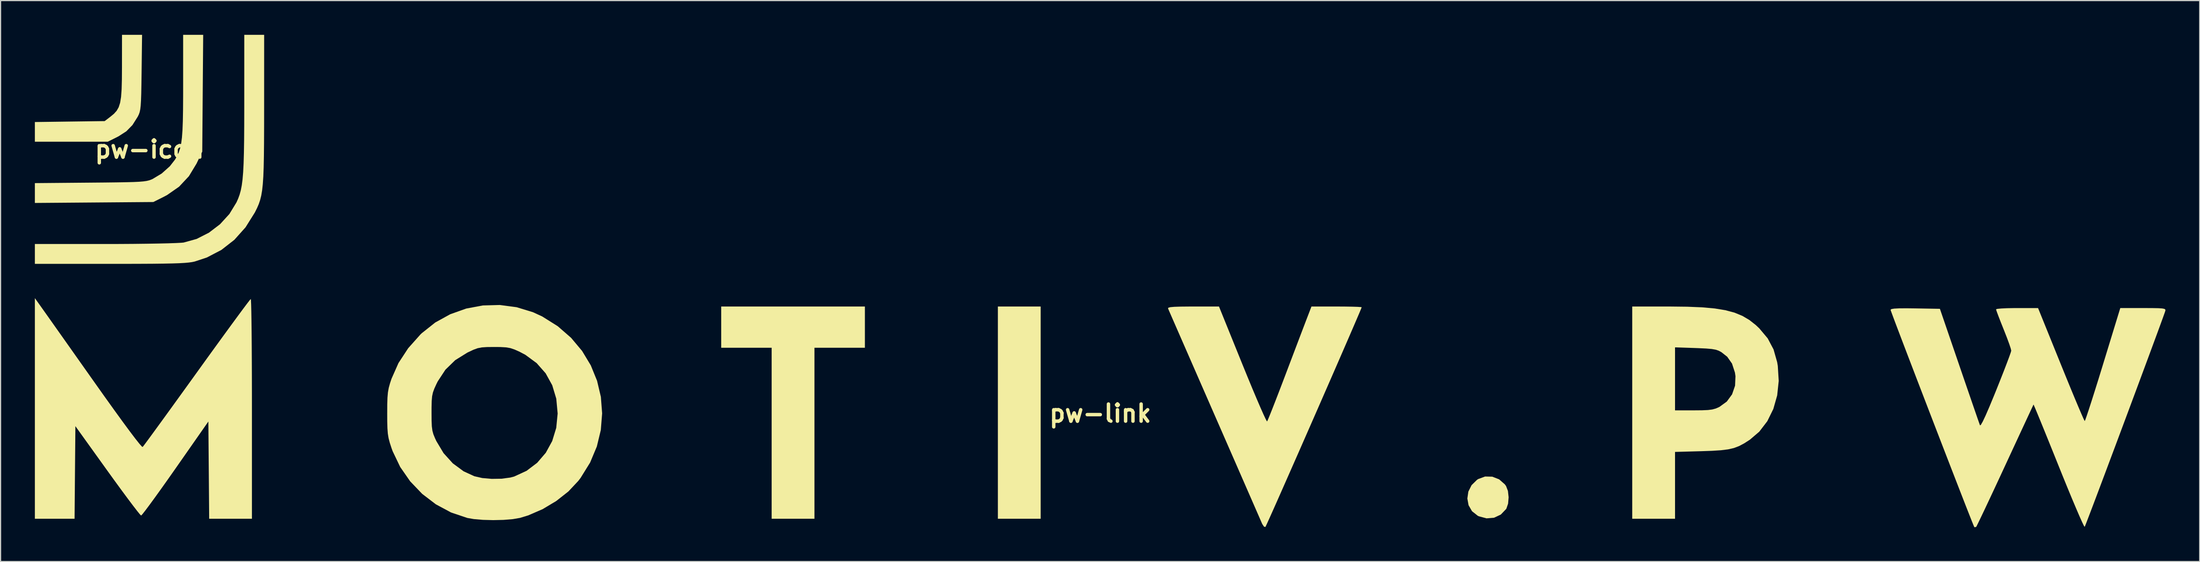
<source format=kicad_pcb>
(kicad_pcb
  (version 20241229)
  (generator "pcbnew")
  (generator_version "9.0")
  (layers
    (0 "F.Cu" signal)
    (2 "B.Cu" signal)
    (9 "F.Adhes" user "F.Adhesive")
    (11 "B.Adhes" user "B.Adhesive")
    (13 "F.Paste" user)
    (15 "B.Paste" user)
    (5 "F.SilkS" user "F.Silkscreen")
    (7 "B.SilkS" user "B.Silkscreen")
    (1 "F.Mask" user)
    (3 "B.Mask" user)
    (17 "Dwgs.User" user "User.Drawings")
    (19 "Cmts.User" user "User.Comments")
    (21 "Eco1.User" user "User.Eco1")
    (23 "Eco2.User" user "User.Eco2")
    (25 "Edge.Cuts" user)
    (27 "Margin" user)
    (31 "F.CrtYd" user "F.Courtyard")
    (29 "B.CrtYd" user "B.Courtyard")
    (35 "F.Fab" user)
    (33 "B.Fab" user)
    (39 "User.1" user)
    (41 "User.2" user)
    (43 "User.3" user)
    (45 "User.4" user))
  (footprint "pw-icon"
    (layer "F.Cu")
    (at 10.026 10.026)
    (property "Reference" "pw-icon" (at 0 0 0) (layer "F.SilkS") (effects (font (size 1.5 1.5) (thickness 0.3))))
    (attr board_only exclude_from_pos_files exclude_from_bom)
    (fp_poly (pts (xy -0.693 -6.718) (xy -0.708 -5.684) (xy -0.723 -4.882) (xy -0.744 -4.274) (xy -0.772 -3.823) (xy -0.811 -3.494) (xy -0.864 -3.249) (xy -0.935 -3.052) (xy -1.026 -2.866) (xy -1.03 -2.859) (xy -1.492 -2.127) (xy -2.025 -1.582) (xy -2.708 -1.142) (xy -2.834 -1.077) (xy -3.652 -0.668) (xy -6.839 -0.668) (xy -10.026 -0.668) (xy -10.026 -1.53) (xy -10.026 -2.392) (xy -6.974 -2.433) (xy -3.922 -2.473) (xy -3.417 -2.859) (xy -3.111 -3.113) (xy -2.874 -3.376) (xy -2.697 -3.685) (xy -2.571 -4.077) (xy -2.488 -4.589) (xy -2.439 -5.259) (xy -2.416 -6.123) (xy -2.409 -7.186) (xy -2.406 -10.026) (xy -1.529 -10.026) (xy -0.651 -10.026)) (stroke (width 0) (type solid)) (fill yes) (layer "F.SilkS"))
    (fp_poly (pts (xy 4.653 -4.913) (xy 4.612 0.201) (xy 4.113 1.246) (xy 3.446 2.351) (xy 2.588 3.268) (xy 1.537 4.001) (xy 1.262 4.147) (xy 0.334 4.612) (xy -4.846 4.653) (xy -10.026 4.693) (xy -10.026 3.825) (xy -10.026 2.956) (xy -5.18 2.915) (xy -3.908 2.904) (xy -2.874 2.892) (xy -2.049 2.878) (xy -1.405 2.861) (xy -0.912 2.838) (xy -0.541 2.807) (xy -0.263 2.768) (xy -0.049 2.718) (xy 0.129 2.656) (xy 0.274 2.593) (xy 1.068 2.114) (xy 1.778 1.48) (xy 2.223 0.908) (xy 2.406 0.597) (xy 2.555 0.278) (xy 2.674 -0.077) (xy 2.766 -0.5) (xy 2.835 -1.02) (xy 2.883 -1.668) (xy 2.914 -2.473) (xy 2.932 -3.466) (xy 2.94 -4.678) (xy 2.941 -5.576) (xy 2.941 -10.026) (xy 3.817 -10.026) (xy 4.694 -10.026)) (stroke (width 0) (type solid)) (fill yes) (layer "F.SilkS"))
    (fp_poly (pts (xy 10.024 -3.576) (xy 10.022 -1.952) (xy 10.016 -0.57) (xy 10.004 0.595) (xy 9.984 1.568) (xy 9.953 2.375) (xy 9.908 3.039) (xy 9.849 3.588) (xy 9.772 4.045) (xy 9.675 4.436) (xy 9.557 4.786) (xy 9.414 5.121) (xy 9.244 5.464) (xy 9.207 5.536) (xy 8.398 6.827) (xy 7.42 7.921) (xy 6.287 8.805) (xy 5.014 9.469) (xy 3.949 9.822) (xy 3.723 9.87) (xy 3.436 9.91) (xy 3.066 9.943) (xy 2.587 9.97) (xy 1.978 9.99) (xy 1.213 10.005) (xy 0.27 10.016) (xy -0.876 10.022) (xy -2.248 10.026) (xy -3.437 10.026) (xy -10.026 10.026) (xy -10.026 9.157) (xy -10.026 8.288) (xy -3.91 8.288) (xy -2.625 8.285) (xy -1.398 8.277) (xy -0.258 8.264) (xy 0.762 8.247) (xy 1.632 8.227) (xy 2.32 8.203) (xy 2.796 8.178) (xy 2.993 8.158) (xy 4.121 7.844) (xy 5.195 7.298) (xy 6.166 6.558) (xy 6.986 5.66) (xy 7.603 4.648) (xy 7.753 4.313) (xy 7.879 3.968) (xy 7.984 3.588) (xy 8.069 3.149) (xy 8.137 2.626) (xy 8.19 1.993) (xy 8.229 1.225) (xy 8.256 0.298) (xy 8.274 -0.813) (xy 8.283 -2.133) (xy 8.287 -3.688) (xy 8.287 -4.244) (xy 8.288 -10.026) (xy 9.157 -10.026) (xy 10.026 -10.026)) (stroke (width 0) (type solid)) (fill yes) (layer "F.SilkS")))
  (footprint "pw-link"
    (layer "F.Cu")
    (at 93.178 33.145)
    (property "Reference" "pw-link" (at 0 0 0) (layer "F.SilkS") (effects (font (size 1.5 1.5) (thickness 0.3))))
    (attr board_only exclude_from_pos_files exclude_from_bom)
    (fp_poly (pts (xy -5.214 -0.067) (xy -5.214 9.224) (xy -7.085 9.224) (xy -8.957 9.224) (xy -8.957 -0.067) (xy -8.957 -9.358) (xy -7.085 -9.358) (xy -5.214 -9.358)) (stroke (width 0) (type solid)) (fill yes) (layer "F.SilkS"))
    (fp_poly (pts (xy -20.587 -7.553) (xy -20.587 -5.748) (xy -22.793 -5.748) (xy -24.999 -5.748) (xy -24.999 1.738) (xy -24.999 9.224) (xy -26.871 9.224) (xy -28.742 9.224) (xy -28.742 1.738) (xy -28.742 -5.748) (xy -30.948 -5.748) (xy -33.154 -5.748) (xy -33.154 -7.553) (xy -33.154 -9.358) (xy -26.871 -9.358) (xy -20.587 -9.358)) (stroke (width 0) (type solid)) (fill yes) (layer "F.SilkS"))
    (fp_poly (pts (xy 34.282 5.54) (xy 34.878 5.772) (xy 35.375 6.206) (xy 35.487 6.359) (xy 35.651 6.79) (xy 35.711 7.344) (xy 35.665 7.9) (xy 35.515 8.34) (xy 35.499 8.365) (xy 35.031 8.855) (xy 34.439 9.134) (xy 33.779 9.189) (xy 33.107 9.008) (xy 33.005 8.957) (xy 32.508 8.562) (xy 32.208 8.04) (xy 32.102 7.45) (xy 32.19 6.845) (xy 32.471 6.282) (xy 32.945 5.817) (xy 33.052 5.748) (xy 33.652 5.526)) (stroke (width 0) (type solid)) (fill yes) (layer "F.SilkS"))
    (fp_poly (pts (xy 51.327 -9.341) (xy 52.637 -9.287) (xy 53.744 -9.187) (xy 54.679 -9.033) (xy 55.474 -8.819) (xy 56.159 -8.536) (xy 56.767 -8.177) (xy 57.328 -7.735) (xy 57.636 -7.444) (xy 58.369 -6.57) (xy 58.881 -5.602) (xy 59.197 -4.487) (xy 59.252 -4.158) (xy 59.333 -2.844) (xy 59.199 -1.576) (xy 58.862 -0.389) (xy 58.336 0.681) (xy 57.635 1.598) (xy 56.812 2.301) (xy 56.32 2.618) (xy 55.873 2.857) (xy 55.419 3.03) (xy 54.903 3.149) (xy 54.274 3.227) (xy 53.479 3.277) (xy 52.571 3.309) (xy 50.265 3.372) (xy 50.265 6.298) (xy 50.265 9.224) (xy 48.394 9.224) (xy 46.522 9.224) (xy 46.522 -0.067) (xy 46.522 -3.025) (xy 50.265 -3.025) (xy 50.265 -0.267) (xy 51.908 -0.267) (xy 52.631 -0.273) (xy 53.149 -0.296) (xy 53.527 -0.345) (xy 53.828 -0.427) (xy 54.115 -0.553) (xy 54.146 -0.568) (xy 54.792 -1.036) (xy 55.255 -1.67) (xy 55.515 -2.426) (xy 55.551 -3.256) (xy 55.503 -3.58) (xy 55.248 -4.362) (xy 54.828 -4.961) (xy 54.319 -5.362) (xy 54.085 -5.488) (xy 53.823 -5.578) (xy 53.477 -5.639) (xy 52.992 -5.681) (xy 52.313 -5.713) (xy 52.049 -5.723) (xy 50.265 -5.783) (xy 50.265 -3.025) (xy 46.522 -3.025) (xy 46.522 -9.358) (xy 49.783 -9.358)) (stroke (width 0) (type solid)) (fill yes) (layer "F.SilkS"))
    (fp_poly (pts (xy -92.702 -9.424) (xy -92.535 -9.188) (xy -92.229 -8.757) (xy -91.802 -8.153) (xy -91.27 -7.399) (xy -90.648 -6.519) (xy -89.954 -5.536) (xy -89.203 -4.472) (xy -88.411 -3.351) (xy -88.058 -2.851) (xy -87.096 -1.493) (xy -86.243 -0.301) (xy -85.505 0.718) (xy -84.887 1.556) (xy -84.397 2.204) (xy -84.04 2.654) (xy -83.823 2.898) (xy -83.755 2.94) (xy -83.654 2.814) (xy -83.412 2.489) (xy -83.042 1.986) (xy -82.559 1.323) (xy -81.976 0.521) (xy -81.308 -0.401) (xy -80.569 -1.425) (xy -79.772 -2.53) (xy -79.007 -3.593) (xy -78.173 -4.753) (xy -77.383 -5.845) (xy -76.653 -6.851) (xy -75.996 -7.752) (xy -75.426 -8.529) (xy -74.957 -9.164) (xy -74.603 -9.636) (xy -74.377 -9.927) (xy -74.295 -10.019) (xy -74.279 -9.89) (xy -74.263 -9.515) (xy -74.248 -8.914) (xy -74.235 -8.11) (xy -74.223 -7.122) (xy -74.213 -5.972) (xy -74.205 -4.682) (xy -74.199 -3.271) (xy -74.196 -1.762) (xy -74.195 -0.401) (xy -74.195 9.224) (xy -76.064 9.224) (xy -77.934 9.224) (xy -77.969 4.967) (xy -78.005 0.71) (xy -80.879 4.827) (xy -81.53 5.754) (xy -82.136 6.608) (xy -82.68 7.365) (xy -83.144 8.001) (xy -83.511 8.492) (xy -83.763 8.813) (xy -83.883 8.942) (xy -83.887 8.943) (xy -83.993 8.838) (xy -84.235 8.539) (xy -84.596 8.071) (xy -85.057 7.458) (xy -85.599 6.725) (xy -86.204 5.895) (xy -86.828 5.03) (xy -89.635 1.117) (xy -89.671 5.171) (xy -89.706 9.224) (xy -91.442 9.224) (xy -93.178 9.224) (xy -93.178 -0.434) (xy -93.178 -10.092)) (stroke (width 0) (type solid)) (fill yes) (layer "F.SilkS"))
    (fp_poly (pts (xy 12.436 -4.278) (xy 12.881 -3.187) (xy 13.297 -2.181) (xy 13.674 -1.285) (xy 14.001 -0.525) (xy 14.266 0.074) (xy 14.459 0.486) (xy 14.569 0.687) (xy 14.589 0.702) (xy 14.658 0.556) (xy 14.81 0.191) (xy 15.031 -0.362) (xy 15.309 -1.073) (xy 15.633 -1.911) (xy 15.99 -2.845) (xy 16.179 -3.342) (xy 16.567 -4.368) (xy 16.945 -5.364) (xy 17.295 -6.288) (xy 17.603 -7.099) (xy 17.854 -7.757) (xy 18.03 -8.219) (xy 18.07 -8.322) (xy 18.468 -9.358) (xy 20.664 -9.358) (xy 21.396 -9.354) (xy 22.025 -9.344) (xy 22.506 -9.329) (xy 22.795 -9.309) (xy 22.86 -9.294) (xy 22.808 -9.156) (xy 22.658 -8.796) (xy 22.419 -8.237) (xy 22.103 -7.502) (xy 21.719 -6.613) (xy 21.277 -5.594) (xy 20.787 -4.466) (xy 20.259 -3.253) (xy 19.702 -1.978) (xy 19.128 -0.663) (xy 18.545 0.668) (xy 17.964 1.994) (xy 17.395 3.292) (xy 16.847 4.537) (xy 16.331 5.709) (xy 15.857 6.784) (xy 15.435 7.739) (xy 15.074 8.551) (xy 14.784 9.198) (xy 14.576 9.657) (xy 14.46 9.906) (xy 14.439 9.944) (xy 14.317 9.916) (xy 14.164 9.684) (xy 14.13 9.609) (xy 14.046 9.415) (xy 13.864 8.997) (xy 13.592 8.374) (xy 13.24 7.567) (xy 12.816 6.596) (xy 12.33 5.482) (xy 11.79 4.244) (xy 11.204 2.904) (xy 10.583 1.482) (xy 9.964 0.067) (xy 9.321 -1.406) (xy 8.707 -2.81) (xy 8.133 -4.125) (xy 7.607 -5.33) (xy 7.136 -6.408) (xy 6.73 -7.338) (xy 6.397 -8.101) (xy 6.146 -8.677) (xy 5.985 -9.047) (xy 5.923 -9.191) (xy 5.954 -9.254) (xy 6.129 -9.301) (xy 6.476 -9.332) (xy 7.023 -9.35) (xy 7.798 -9.357) (xy 8.117 -9.358) (xy 10.381 -9.358)) (stroke (width 0) (type solid)) (fill yes) (layer "F.SilkS"))
    (fp_poly (pts (xy -51.045 -9.297) (xy -49.617 -8.86) (xy -48.806 -8.486) (xy -47.448 -7.633) (xy -46.283 -6.618) (xy -45.319 -5.467) (xy -44.559 -4.205) (xy -44.011 -2.857) (xy -43.678 -1.447) (xy -43.567 -0.001) (xy -43.683 1.456) (xy -44.031 2.899) (xy -44.618 4.303) (xy -45.448 5.643) (xy -45.654 5.914) (xy -46.519 6.835) (xy -47.582 7.672) (xy -48.776 8.385) (xy -50.032 8.929) (xy -50.752 9.149) (xy -51.387 9.258) (xy -52.197 9.324) (xy -53.094 9.344) (xy -53.989 9.321) (xy -54.793 9.252) (xy -55.356 9.154) (xy -56.778 8.675) (xy -58.105 7.963) (xy -59.307 7.044) (xy -60.357 5.946) (xy -61.227 4.693) (xy -61.887 3.313) (xy -61.988 3.034) (xy -62.138 2.573) (xy -62.243 2.176) (xy -62.309 1.774) (xy -62.345 1.299) (xy -62.361 0.683) (xy -62.364 0) (xy -62.363 -0.067) (xy -58.487 -0.067) (xy -58.483 0.628) (xy -58.462 1.128) (xy -58.413 1.505) (xy -58.324 1.831) (xy -58.181 2.179) (xy -58.067 2.423) (xy -57.434 3.481) (xy -56.626 4.374) (xy -55.68 5.071) (xy -54.744 5.501) (xy -54.053 5.659) (xy -53.227 5.732) (xy -52.374 5.719) (xy -51.605 5.618) (xy -51.258 5.527) (xy -50.176 5.028) (xy -49.249 4.326) (xy -48.495 3.447) (xy -47.933 2.419) (xy -47.581 1.267) (xy -47.458 0.018) (xy -47.458 0) (xy -47.578 -1.291) (xy -47.932 -2.467) (xy -48.508 -3.511) (xy -49.296 -4.405) (xy -50.285 -5.132) (xy -50.784 -5.396) (xy -51.222 -5.592) (xy -51.589 -5.716) (xy -51.973 -5.783) (xy -52.463 -5.811) (xy -53.013 -5.815) (xy -53.643 -5.809) (xy -54.097 -5.779) (xy -54.463 -5.706) (xy -54.831 -5.57) (xy -55.292 -5.353) (xy -55.364 -5.317) (xy -56.416 -4.662) (xy -57.272 -3.828) (xy -57.946 -2.801) (xy -58.061 -2.57) (xy -58.243 -2.171) (xy -58.364 -1.838) (xy -58.437 -1.501) (xy -58.473 -1.085) (xy -58.486 -0.519) (xy -58.487 -0.067) (xy -62.363 -0.067) (xy -62.36 -0.789) (xy -62.341 -1.378) (xy -62.301 -1.838) (xy -62.23 -2.234) (xy -62.119 -2.637) (xy -61.985 -3.041) (xy -61.38 -4.407) (xy -60.53 -5.707) (xy -59.459 -6.91) (xy -59.344 -7.02) (xy -58.163 -7.959) (xy -56.856 -8.68) (xy -55.456 -9.179) (xy -53.999 -9.452) (xy -52.517 -9.492)) (stroke (width 0) (type solid)) (fill yes) (layer "F.SilkS"))
    (fp_poly (pts (xy 91.978 -9.222) (xy 92.519 -9.212) (xy 92.869 -9.19) (xy 93.066 -9.151) (xy 93.147 -9.091) (xy 93.151 -9.006) (xy 93.147 -8.99) (xy 93.085 -8.803) (xy 92.939 -8.394) (xy 92.718 -7.787) (xy 92.432 -7.006) (xy 92.088 -6.074) (xy 91.697 -5.015) (xy 91.266 -3.853) (xy 90.806 -2.612) (xy 90.323 -1.315) (xy 89.829 0.014) (xy 89.33 1.351) (xy 88.837 2.672) (xy 88.357 3.953) (xy 87.901 5.172) (xy 87.476 6.303) (xy 87.092 7.324) (xy 86.757 8.21) (xy 86.48 8.938) (xy 86.271 9.484) (xy 86.138 9.824) (xy 86.09 9.934) (xy 86.022 9.837) (xy 85.867 9.516) (xy 85.634 8.996) (xy 85.335 8.3) (xy 84.978 7.454) (xy 84.576 6.481) (xy 84.139 5.408) (xy 83.82 4.616) (xy 83.365 3.484) (xy 82.941 2.434) (xy 82.559 1.49) (xy 82.228 0.678) (xy 81.958 0.022) (xy 81.76 -0.453) (xy 81.644 -0.721) (xy 81.617 -0.773) (xy 81.557 -0.647) (xy 81.397 -0.304) (xy 81.147 0.232) (xy 80.82 0.936) (xy 80.426 1.783) (xy 79.979 2.749) (xy 79.488 3.808) (xy 79.147 4.545) (xy 78.632 5.656) (xy 78.149 6.693) (xy 77.71 7.63) (xy 77.328 8.442) (xy 77.013 9.103) (xy 76.779 9.589) (xy 76.638 9.873) (xy 76.601 9.938) (xy 76.46 9.969) (xy 76.431 9.938) (xy 76.363 9.78) (xy 76.209 9.399) (xy 75.979 8.817) (xy 75.681 8.058) (xy 75.326 7.145) (xy 74.921 6.103) (xy 74.476 4.955) (xy 74 3.724) (xy 73.502 2.434) (xy 72.991 1.109) (xy 72.476 -0.229) (xy 71.967 -1.554) (xy 71.471 -2.845) (xy 71 -4.076) (xy 70.56 -5.225) (xy 70.163 -6.268) (xy 69.816 -7.182) (xy 69.528 -7.942) (xy 69.31 -8.526) (xy 69.169 -8.909) (xy 69.115 -9.068) (xy 69.115 -9.071) (xy 69.189 -9.133) (xy 69.427 -9.175) (xy 69.858 -9.198) (xy 70.506 -9.203) (xy 71.272 -9.194) (xy 73.43 -9.157) (xy 75.139 -4.166) (xy 75.518 -3.06) (xy 75.873 -2.027) (xy 76.193 -1.097) (xy 76.468 -0.298) (xy 76.689 0.341) (xy 76.846 0.792) (xy 76.928 1.026) (xy 76.937 1.047) (xy 77.013 1.003) (xy 77.177 0.713) (xy 77.427 0.183) (xy 77.758 -0.581) (xy 78.169 -1.574) (xy 78.344 -2.005) (xy 78.697 -2.89) (xy 79.016 -3.7) (xy 79.285 -4.401) (xy 79.493 -4.957) (xy 79.625 -5.332) (xy 79.669 -5.49) (xy 79.624 -5.687) (xy 79.494 -6.078) (xy 79.299 -6.609) (xy 79.057 -7.228) (xy 79.007 -7.353) (xy 78.76 -7.972) (xy 78.554 -8.502) (xy 78.408 -8.895) (xy 78.341 -9.1) (xy 78.339 -9.115) (xy 78.465 -9.154) (xy 78.809 -9.187) (xy 79.325 -9.211) (xy 79.963 -9.222) (xy 80.177 -9.223) (xy 82.015 -9.221) (xy 84.015 -4.276) (xy 84.454 -3.196) (xy 84.863 -2.197) (xy 85.232 -1.306) (xy 85.55 -0.549) (xy 85.806 0.048) (xy 85.987 0.458) (xy 86.084 0.655) (xy 86.096 0.668) (xy 86.152 0.545) (xy 86.276 0.193) (xy 86.46 -0.359) (xy 86.695 -1.085) (xy 86.971 -1.957) (xy 87.281 -2.946) (xy 87.614 -4.027) (xy 87.691 -4.278) (xy 89.205 -9.224) (xy 91.207 -9.224)) (stroke (width 0) (type solid)) (fill yes) (layer "F.SilkS")))
  (gr_rect
    (start -3 -3)
    (end 189.329 46.114)
    (stroke (width 0.1) (type default))
    (fill no)
    (layer "Edge.Cuts")))
</source>
